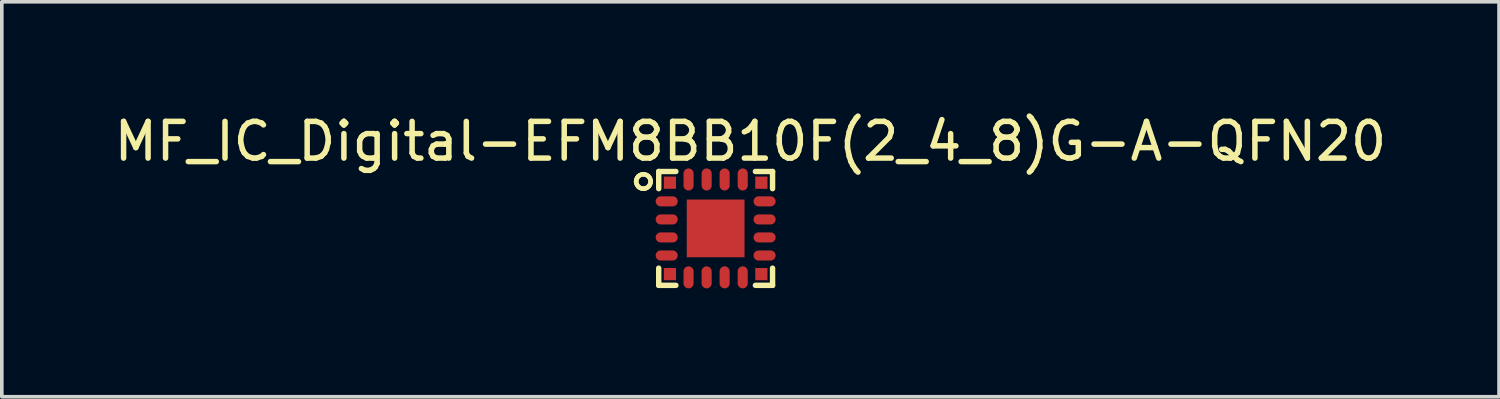
<source format=kicad_pcb>
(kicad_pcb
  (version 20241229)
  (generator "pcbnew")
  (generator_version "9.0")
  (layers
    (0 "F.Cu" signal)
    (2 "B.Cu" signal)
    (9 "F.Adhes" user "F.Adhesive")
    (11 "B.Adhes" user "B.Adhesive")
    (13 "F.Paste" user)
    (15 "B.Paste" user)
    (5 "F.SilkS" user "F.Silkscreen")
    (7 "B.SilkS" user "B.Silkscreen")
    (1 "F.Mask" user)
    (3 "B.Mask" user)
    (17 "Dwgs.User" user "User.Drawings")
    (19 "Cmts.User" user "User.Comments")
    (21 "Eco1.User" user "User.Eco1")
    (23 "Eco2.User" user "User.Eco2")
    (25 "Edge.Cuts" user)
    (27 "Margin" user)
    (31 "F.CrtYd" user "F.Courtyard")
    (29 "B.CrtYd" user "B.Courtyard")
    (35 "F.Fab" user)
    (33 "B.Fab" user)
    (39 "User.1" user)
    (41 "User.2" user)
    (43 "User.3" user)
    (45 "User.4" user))
  (footprint "MF_IC_Digital-EFM8BB10F(2_4_8)G-A-QFN20"
    (layer "F.Cu")
    (at 16.751 3.27)
    (property "Reference" "MF_IC_Digital-EFM8BB10F(2_4_8)G-A-QFN20" (at 0.963 -2.408 0) (layer "F.SilkS") (effects (font (size 1.016 1.016) (thickness 0.152))))
    (attr smd)
    (fp_line (start -2.2 -1.298) (end -2.192 -1.247) (stroke (width 0.127) (type solid)) (layer "F.SilkS"))
    (fp_line (start -2.192 -1.351) (end -2.2 -1.298) (stroke (width 0.127) (type solid)) (layer "F.SilkS"))
    (fp_line (start -2.192 -1.247) (end -2.172 -1.199) (stroke (width 0.127) (type solid)) (layer "F.SilkS"))
    (fp_line (start -2.172 -1.4) (end -2.192 -1.351) (stroke (width 0.127) (type solid)) (layer "F.SilkS"))
    (fp_line (start -2.172 -1.199) (end -2.141 -1.158) (stroke (width 0.127) (type solid)) (layer "F.SilkS"))
    (fp_line (start -2.141 -1.44) (end -2.172 -1.4) (stroke (width 0.127) (type solid)) (layer "F.SilkS"))
    (fp_line (start -2.141 -1.158) (end -2.098 -1.125) (stroke (width 0.127) (type solid)) (layer "F.SilkS"))
    (fp_line (start -2.098 -1.473) (end -2.141 -1.44) (stroke (width 0.127) (type solid)) (layer "F.SilkS"))
    (fp_line (start -2.098 -1.125) (end -2.05 -1.105) (stroke (width 0.127) (type solid)) (layer "F.SilkS"))
    (fp_line (start -2.05 -1.491) (end -2.098 -1.473) (stroke (width 0.127) (type solid)) (layer "F.SilkS"))
    (fp_line (start -2.05 -1.105) (end -1.999 -1.1) (stroke (width 0.127) (type solid)) (layer "F.SilkS"))
    (fp_line (start -1.999 -1.499) (end -2.05 -1.491) (stroke (width 0.127) (type solid)) (layer "F.SilkS"))
    (fp_line (start -1.999 -1.1) (end -1.948 -1.105) (stroke (width 0.127) (type solid)) (layer "F.SilkS"))
    (fp_line (start -1.948 -1.491) (end -1.999 -1.499) (stroke (width 0.127) (type solid)) (layer "F.SilkS"))
    (fp_line (start -1.948 -1.105) (end -1.9 -1.125) (stroke (width 0.127) (type solid)) (layer "F.SilkS"))
    (fp_line (start -1.9 -1.473) (end -1.948 -1.491) (stroke (width 0.127) (type solid)) (layer "F.SilkS"))
    (fp_line (start -1.9 -1.125) (end -1.857 -1.158) (stroke (width 0.127) (type solid)) (layer "F.SilkS"))
    (fp_line (start -1.857 -1.44) (end -1.9 -1.473) (stroke (width 0.127) (type solid)) (layer "F.SilkS"))
    (fp_line (start -1.857 -1.158) (end -1.826 -1.199) (stroke (width 0.127) (type solid)) (layer "F.SilkS"))
    (fp_line (start -1.826 -1.4) (end -1.857 -1.44) (stroke (width 0.127) (type solid)) (layer "F.SilkS"))
    (fp_line (start -1.826 -1.199) (end -1.806 -1.247) (stroke (width 0.127) (type solid)) (layer "F.SilkS"))
    (fp_line (start -1.806 -1.351) (end -1.826 -1.4) (stroke (width 0.127) (type solid)) (layer "F.SilkS"))
    (fp_line (start -1.806 -1.247) (end -1.798 -1.298) (stroke (width 0.127) (type solid)) (layer "F.SilkS"))
    (fp_line (start -1.798 -1.298) (end -1.806 -1.351) (stroke (width 0.127) (type solid)) (layer "F.SilkS"))
    (fp_line (start -1.575 -1.575) (end -1.1 -1.575) (stroke (width 0.15) (type solid)) (layer "F.SilkS"))
    (fp_line (start -1.575 -1.1) (end -1.575 -1.575) (stroke (width 0.15) (type solid)) (layer "F.SilkS"))
    (fp_line (start -1.575 1.575) (end -1.575 1.1) (stroke (width 0.15) (type solid)) (layer "F.SilkS"))
    (fp_line (start -1.1 1.575) (end -1.575 1.575) (stroke (width 0.15) (type solid)) (layer "F.SilkS"))
    (fp_line (start 1.1 -1.575) (end 1.575 -1.575) (stroke (width 0.15) (type solid)) (layer "F.SilkS"))
    (fp_line (start 1.575 -1.575) (end 1.575 -1.1) (stroke (width 0.15) (type solid)) (layer "F.SilkS"))
    (fp_line (start 1.575 1.1) (end 1.575 1.575) (stroke (width 0.15) (type solid)) (layer "F.SilkS"))
    (fp_line (start 1.575 1.575) (end 1.1 1.575) (stroke (width 0.15) (type solid)) (layer "F.SilkS"))
    (fp_line (start -0.599 -0.599) (end -0.599 -0.099) (stroke (width 0.127) (type solid)) (layer "F.Paste"))
    (fp_line (start -0.599 -0.099) (end -0.099 -0.099) (stroke (width 0.127) (type solid)) (layer "F.Paste"))
    (fp_line (start -0.599 0.099) (end -0.599 0.599) (stroke (width 0.127) (type solid)) (layer "F.Paste"))
    (fp_line (start -0.599 0.599) (end -0.099 0.599) (stroke (width 0.127) (type solid)) (layer "F.Paste"))
    (fp_line (start -0.102 -0.521) (end -0.584 -0.521) (stroke (width 0.127) (type solid)) (layer "F.Paste"))
    (fp_line (start -0.102 -0.47) (end -0.584 -0.47) (stroke (width 0.127) (type solid)) (layer "F.Paste"))
    (fp_line (start -0.102 -0.343) (end -0.584 -0.343) (stroke (width 0.127) (type solid)) (layer "F.Paste"))
    (fp_line (start -0.102 -0.216) (end -0.584 -0.216) (stroke (width 0.127) (type solid)) (layer "F.Paste"))
    (fp_line (start -0.102 0.178) (end -0.584 0.178) (stroke (width 0.127) (type solid)) (layer "F.Paste"))
    (fp_line (start -0.102 0.229) (end -0.584 0.229) (stroke (width 0.127) (type solid)) (layer "F.Paste"))
    (fp_line (start -0.102 0.356) (end -0.584 0.356) (stroke (width 0.127) (type solid)) (layer "F.Paste"))
    (fp_line (start -0.102 0.483) (end -0.584 0.483) (stroke (width 0.127) (type solid)) (layer "F.Paste"))
    (fp_line (start -0.099 -0.599) (end -0.599 -0.599) (stroke (width 0.127) (type solid)) (layer "F.Paste"))
    (fp_line (start -0.099 -0.099) (end -0.099 -0.597) (stroke (width 0.127) (type solid)) (layer "F.Paste"))
    (fp_line (start -0.099 0.099) (end -0.599 0.099) (stroke (width 0.127) (type solid)) (layer "F.Paste"))
    (fp_line (start -0.099 0.599) (end -0.099 0.099) (stroke (width 0.127) (type solid)) (layer "F.Paste"))
    (fp_line (start 0.099 -0.599) (end 0.099 -0.099) (stroke (width 0.127) (type solid)) (layer "F.Paste"))
    (fp_line (start 0.099 -0.099) (end 0.599 -0.099) (stroke (width 0.127) (type solid)) (layer "F.Paste"))
    (fp_line (start 0.099 0.099) (end 0.099 0.599) (stroke (width 0.127) (type solid)) (layer "F.Paste"))
    (fp_line (start 0.099 0.599) (end 0.599 0.599) (stroke (width 0.127) (type solid)) (layer "F.Paste"))
    (fp_line (start 0.597 -0.521) (end 0.114 -0.521) (stroke (width 0.127) (type solid)) (layer "F.Paste"))
    (fp_line (start 0.597 -0.47) (end 0.114 -0.47) (stroke (width 0.127) (type solid)) (layer "F.Paste"))
    (fp_line (start 0.597 -0.343) (end 0.114 -0.343) (stroke (width 0.127) (type solid)) (layer "F.Paste"))
    (fp_line (start 0.597 -0.216) (end 0.114 -0.216) (stroke (width 0.127) (type solid)) (layer "F.Paste"))
    (fp_line (start 0.597 0.178) (end 0.114 0.178) (stroke (width 0.127) (type solid)) (layer "F.Paste"))
    (fp_line (start 0.597 0.229) (end 0.114 0.229) (stroke (width 0.127) (type solid)) (layer "F.Paste"))
    (fp_line (start 0.597 0.356) (end 0.114 0.356) (stroke (width 0.127) (type solid)) (layer "F.Paste"))
    (fp_line (start 0.597 0.483) (end 0.114 0.483) (stroke (width 0.127) (type solid)) (layer "F.Paste"))
    (fp_line (start 0.599 -0.599) (end 0.099 -0.599) (stroke (width 0.127) (type solid)) (layer "F.Paste"))
    (fp_line (start 0.599 -0.099) (end 0.599 -0.599) (stroke (width 0.127) (type solid)) (layer "F.Paste"))
    (fp_line (start 0.599 0.099) (end 0.099 0.099) (stroke (width 0.127) (type solid)) (layer "F.Paste"))
    (fp_line (start 0.599 0.599) (end 0.599 0.099) (stroke (width 0.127) (type solid)) (layer "F.Paste"))
    (pad "P$1" smd rect (at -1.265 -1.265) (size 0.338 0.338) (layers "F.Cu" "F.Mask" "F.Paste"))
    (pad "P$2" smd oval (at -1.354 -0.749 90) (size 0.279 0.61) (layers "F.Cu" "F.Mask" "F.Paste"))
    (pad "P$3" smd oval (at -1.354 -0.249 90) (size 0.279 0.61) (layers "F.Cu" "F.Mask" "F.Paste"))
    (pad "P$4" smd oval (at -1.354 0.249 90) (size 0.279 0.61) (layers "F.Cu" "F.Mask" "F.Paste"))
    (pad "P$5" smd oval (at -1.354 0.749 90) (size 0.279 0.61) (layers "F.Cu" "F.Mask" "F.Paste"))
    (pad "P$6" smd rect (at -1.265 1.265) (size 0.338 0.338) (layers "F.Cu" "F.Mask" "F.Paste"))
    (pad "P$7" smd oval (at -0.749 1.354) (size 0.279 0.61) (layers "F.Cu" "F.Mask" "F.Paste"))
    (pad "P$8" smd oval (at -0.249 1.354) (size 0.279 0.61) (layers "F.Cu" "F.Mask" "F.Paste"))
    (pad "P$9" smd oval (at 0.249 1.354) (size 0.279 0.61) (layers "F.Cu" "F.Mask" "F.Paste"))
    (pad "P$10" smd oval (at 0.749 1.354) (size 0.279 0.61) (layers "F.Cu" "F.Mask" "F.Paste"))
    (pad "P$11" smd rect (at 1.265 1.265) (size 0.338 0.338) (layers "F.Cu" "F.Mask" "F.Paste"))
    (pad "P$12" smd oval (at 1.354 0.749 90) (size 0.279 0.61) (layers "F.Cu" "F.Mask" "F.Paste"))
    (pad "P$13" smd oval (at 1.354 0.249 90) (size 0.279 0.61) (layers "F.Cu" "F.Mask" "F.Paste"))
    (pad "P$14" smd oval (at 1.354 -0.249 90) (size 0.279 0.61) (layers "F.Cu" "F.Mask" "F.Paste"))
    (pad "P$15" smd oval (at 1.354 -0.749 90) (size 0.279 0.61) (layers "F.Cu" "F.Mask" "F.Paste"))
    (pad "P$16" smd rect (at 1.265 -1.265) (size 0.338 0.338) (layers "F.Cu" "F.Mask" "F.Paste"))
    (pad "P$17" smd oval (at 0.749 -1.354) (size 0.279 0.61) (layers "F.Cu" "F.Mask" "F.Paste"))
    (pad "P$18" smd oval (at 0.249 -1.354) (size 0.279 0.61) (layers "F.Cu" "F.Mask" "F.Paste"))
    (pad "P$19" smd oval (at -0.249 -1.354) (size 0.279 0.61) (layers "F.Cu" "F.Mask" "F.Paste"))
    (pad "P$20" smd oval (at -0.749 -1.354) (size 0.279 0.61) (layers "F.Cu" "F.Mask" "F.Paste"))
    (pad "PAD" smd rect (at 0 0) (size 1.598 1.598) (layers "F.Cu" "F.Mask")))
  (gr_rect
    (start -3 -3)
    (end 38.427 7.928)
    (stroke (width 0.1) (type default))
    (fill no)
    (layer "Edge.Cuts")))
</source>
